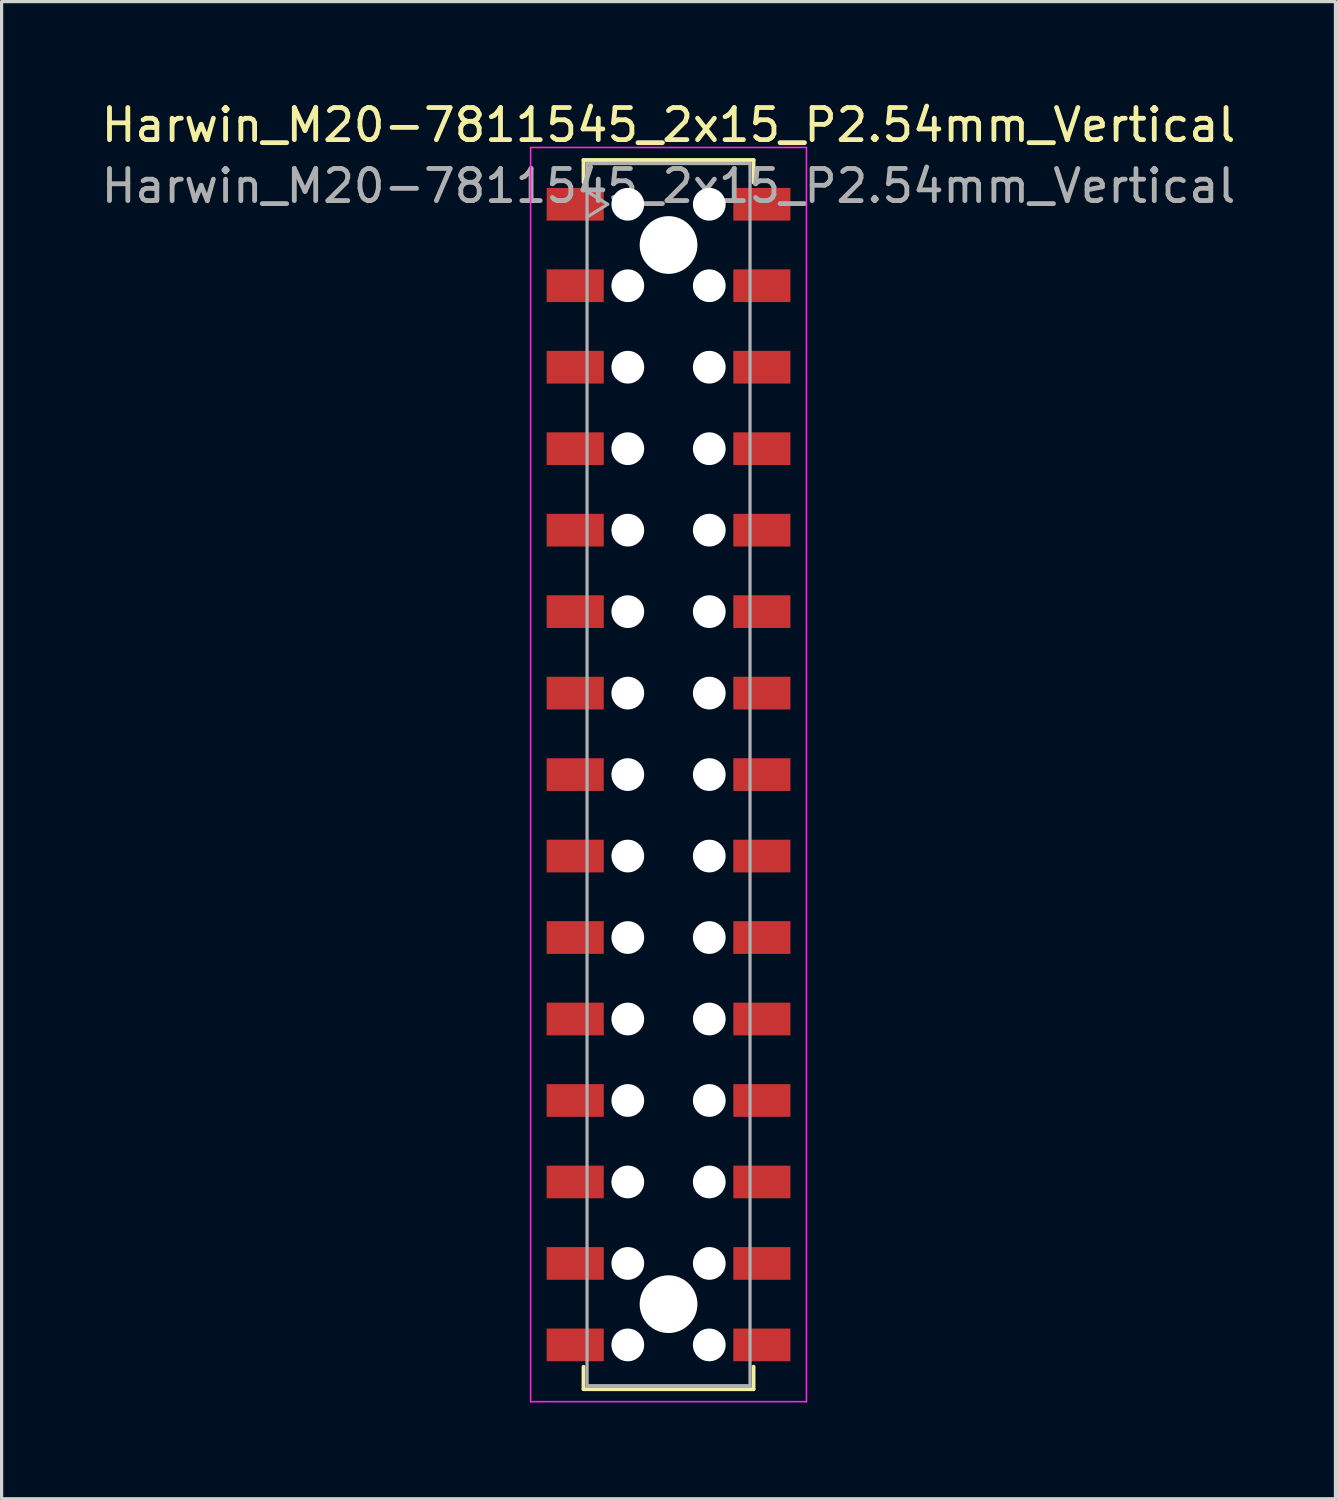
<source format=kicad_pcb>
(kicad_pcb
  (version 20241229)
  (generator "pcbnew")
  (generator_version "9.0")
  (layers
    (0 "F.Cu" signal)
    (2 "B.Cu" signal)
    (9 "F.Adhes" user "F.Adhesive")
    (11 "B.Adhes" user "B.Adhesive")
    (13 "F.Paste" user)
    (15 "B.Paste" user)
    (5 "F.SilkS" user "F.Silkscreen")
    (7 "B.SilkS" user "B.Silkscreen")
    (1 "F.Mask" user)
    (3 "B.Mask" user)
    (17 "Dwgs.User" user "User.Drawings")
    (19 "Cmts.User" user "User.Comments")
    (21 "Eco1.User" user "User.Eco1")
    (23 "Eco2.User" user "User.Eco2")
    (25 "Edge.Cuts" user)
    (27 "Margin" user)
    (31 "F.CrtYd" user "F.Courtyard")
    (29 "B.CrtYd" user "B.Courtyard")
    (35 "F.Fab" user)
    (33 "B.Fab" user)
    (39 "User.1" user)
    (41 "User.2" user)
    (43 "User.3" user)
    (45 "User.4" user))
  (footprint "Harwin_M20-7811545_2x15_P2.54mm_Vertical"
    (layer "F.Cu")
    (at 17.792 21.098)
    (property "Reference" "Harwin_M20-7811545_2x15_P2.54mm_Vertical" (at 0 -20.25 0) (layer "F.SilkS") (effects (font (size 1 1) (thickness 0.15))))
    (attr smd)
    (fp_line (start -2.65 -19.16) (end 2.65 -19.16) (stroke (width 0.12) (type solid)) (layer "F.SilkS"))
    (fp_line (start -2.65 -18.46) (end -2.65 -19.16) (stroke (width 0.12) (type solid)) (layer "F.SilkS"))
    (fp_line (start -2.65 18.46) (end -2.65 19.16) (stroke (width 0.12) (type solid)) (layer "F.SilkS"))
    (fp_line (start -2.65 19.16) (end 2.65 19.16) (stroke (width 0.12) (type solid)) (layer "F.SilkS"))
    (fp_line (start 2.65 -19.16) (end 2.65 -18.46) (stroke (width 0.12) (type solid)) (layer "F.SilkS"))
    (fp_line (start 2.65 19.16) (end 2.65 18.46) (stroke (width 0.12) (type solid)) (layer "F.SilkS"))
    (fp_line (start -4.3 -19.55) (end 4.3 -19.55) (stroke (width 0.05) (type solid)) (layer "F.CrtYd"))
    (fp_line (start -4.3 19.55) (end -4.3 -19.55) (stroke (width 0.05) (type solid)) (layer "F.CrtYd"))
    (fp_line (start 4.3 -19.55) (end 4.3 19.55) (stroke (width 0.05) (type solid)) (layer "F.CrtYd"))
    (fp_line (start 4.3 19.55) (end -4.3 19.55) (stroke (width 0.05) (type solid)) (layer "F.CrtYd"))
    (fp_line (start -2.54 -19.05) (end 2.54 -19.05) (stroke (width 0.1) (type solid)) (layer "F.Fab"))
    (fp_line (start -2.54 -18.18) (end -1.9 -17.78) (stroke (width 0.1) (type solid)) (layer "F.Fab"))
    (fp_line (start -2.54 19.05) (end -2.54 -19.05) (stroke (width 0.1) (type solid)) (layer "F.Fab"))
    (fp_line (start -1.9 -17.78) (end -2.54 -17.38) (stroke (width 0.1) (type solid)) (layer "F.Fab"))
    (fp_line (start 2.54 -19.05) (end 2.54 19.05) (stroke (width 0.1) (type solid)) (layer "F.Fab"))
    (fp_line (start 2.54 19.05) (end -2.54 19.05) (stroke (width 0.1) (type solid)) (layer "F.Fab"))
    (fp_text user "${REFERENCE}" (at 0 -18.35 0) (layer "F.Fab") (effects (font (size 1 1) (thickness 0.15))))
    (pad "" np_thru_hole circle (at -1.27 -17.78) (size 1.02 1.02) (drill 1.02) (layers "*.Cu" "*.Mask"))
    (pad "" np_thru_hole circle (at -1.27 -15.24) (size 1.02 1.02) (drill 1.02) (layers "*.Cu" "*.Mask"))
    (pad "" np_thru_hole circle (at -1.27 -12.7) (size 1.02 1.02) (drill 1.02) (layers "*.Cu" "*.Mask"))
    (pad "" np_thru_hole circle (at -1.27 -10.16) (size 1.02 1.02) (drill 1.02) (layers "*.Cu" "*.Mask"))
    (pad "" np_thru_hole circle (at -1.27 -7.62) (size 1.02 1.02) (drill 1.02) (layers "*.Cu" "*.Mask"))
    (pad "" np_thru_hole circle (at -1.27 -5.08) (size 1.02 1.02) (drill 1.02) (layers "*.Cu" "*.Mask"))
    (pad "" np_thru_hole circle (at -1.27 -2.54) (size 1.02 1.02) (drill 1.02) (layers "*.Cu" "*.Mask"))
    (pad "" np_thru_hole circle (at -1.27 0) (size 1.02 1.02) (drill 1.02) (layers "*.Cu" "*.Mask"))
    (pad "" np_thru_hole circle (at -1.27 2.54) (size 1.02 1.02) (drill 1.02) (layers "*.Cu" "*.Mask"))
    (pad "" np_thru_hole circle (at -1.27 5.08) (size 1.02 1.02) (drill 1.02) (layers "*.Cu" "*.Mask"))
    (pad "" np_thru_hole circle (at -1.27 7.62) (size 1.02 1.02) (drill 1.02) (layers "*.Cu" "*.Mask"))
    (pad "" np_thru_hole circle (at -1.27 10.16) (size 1.02 1.02) (drill 1.02) (layers "*.Cu" "*.Mask"))
    (pad "" np_thru_hole circle (at -1.27 12.7) (size 1.02 1.02) (drill 1.02) (layers "*.Cu" "*.Mask"))
    (pad "" np_thru_hole circle (at -1.27 15.24) (size 1.02 1.02) (drill 1.02) (layers "*.Cu" "*.Mask"))
    (pad "" np_thru_hole circle (at -1.27 17.78) (size 1.02 1.02) (drill 1.02) (layers "*.Cu" "*.Mask"))
    (pad "" np_thru_hole circle (at 0 -16.51) (size 1.8 1.8) (drill 1.8) (layers "*.Cu" "*.Mask"))
    (pad "" np_thru_hole circle (at 0 16.51) (size 1.8 1.8) (drill 1.8) (layers "*.Cu" "*.Mask"))
    (pad "" np_thru_hole circle (at 1.27 -17.78) (size 1.02 1.02) (drill 1.02) (layers "*.Cu" "*.Mask"))
    (pad "" np_thru_hole circle (at 1.27 -15.24) (size 1.02 1.02) (drill 1.02) (layers "*.Cu" "*.Mask"))
    (pad "" np_thru_hole circle (at 1.27 -12.7) (size 1.02 1.02) (drill 1.02) (layers "*.Cu" "*.Mask"))
    (pad "" np_thru_hole circle (at 1.27 -10.16) (size 1.02 1.02) (drill 1.02) (layers "*.Cu" "*.Mask"))
    (pad "" np_thru_hole circle (at 1.27 -7.62) (size 1.02 1.02) (drill 1.02) (layers "*.Cu" "*.Mask"))
    (pad "" np_thru_hole circle (at 1.27 -5.08) (size 1.02 1.02) (drill 1.02) (layers "*.Cu" "*.Mask"))
    (pad "" np_thru_hole circle (at 1.27 -2.54) (size 1.02 1.02) (drill 1.02) (layers "*.Cu" "*.Mask"))
    (pad "" np_thru_hole circle (at 1.27 0) (size 1.02 1.02) (drill 1.02) (layers "*.Cu" "*.Mask"))
    (pad "" np_thru_hole circle (at 1.27 2.54) (size 1.02 1.02) (drill 1.02) (layers "*.Cu" "*.Mask"))
    (pad "" np_thru_hole circle (at 1.27 5.08) (size 1.02 1.02) (drill 1.02) (layers "*.Cu" "*.Mask"))
    (pad "" np_thru_hole circle (at 1.27 7.62) (size 1.02 1.02) (drill 1.02) (layers "*.Cu" "*.Mask"))
    (pad "" np_thru_hole circle (at 1.27 10.16) (size 1.02 1.02) (drill 1.02) (layers "*.Cu" "*.Mask"))
    (pad "" np_thru_hole circle (at 1.27 12.7) (size 1.02 1.02) (drill 1.02) (layers "*.Cu" "*.Mask"))
    (pad "" np_thru_hole circle (at 1.27 15.24) (size 1.02 1.02) (drill 1.02) (layers "*.Cu" "*.Mask"))
    (pad "" np_thru_hole circle (at 1.27 17.78) (size 1.02 1.02) (drill 1.02) (layers "*.Cu" "*.Mask"))
    (pad "1" smd rect (at -2.91 -17.78) (size 1.78 1.02) (layers "F.Cu" "F.Mask" "F.Paste"))
    (pad "2" smd rect (at -2.91 -15.24) (size 1.78 1.02) (layers "F.Cu" "F.Mask" "F.Paste"))
    (pad "3" smd rect (at -2.91 -12.7) (size 1.78 1.02) (layers "F.Cu" "F.Mask" "F.Paste"))
    (pad "4" smd rect (at -2.91 -10.16) (size 1.78 1.02) (layers "F.Cu" "F.Mask" "F.Paste"))
    (pad "5" smd rect (at -2.91 -7.62) (size 1.78 1.02) (layers "F.Cu" "F.Mask" "F.Paste"))
    (pad "6" smd rect (at -2.91 -5.08) (size 1.78 1.02) (layers "F.Cu" "F.Mask" "F.Paste"))
    (pad "7" smd rect (at -2.91 -2.54) (size 1.78 1.02) (layers "F.Cu" "F.Mask" "F.Paste"))
    (pad "8" smd rect (at -2.91 0) (size 1.78 1.02) (layers "F.Cu" "F.Mask" "F.Paste"))
    (pad "9" smd rect (at -2.91 2.54) (size 1.78 1.02) (layers "F.Cu" "F.Mask" "F.Paste"))
    (pad "10" smd rect (at -2.91 5.08) (size 1.78 1.02) (layers "F.Cu" "F.Mask" "F.Paste"))
    (pad "11" smd rect (at -2.91 7.62) (size 1.78 1.02) (layers "F.Cu" "F.Mask" "F.Paste"))
    (pad "12" smd rect (at -2.91 10.16) (size 1.78 1.02) (layers "F.Cu" "F.Mask" "F.Paste"))
    (pad "13" smd rect (at -2.91 12.7) (size 1.78 1.02) (layers "F.Cu" "F.Mask" "F.Paste"))
    (pad "14" smd rect (at -2.91 15.24) (size 1.78 1.02) (layers "F.Cu" "F.Mask" "F.Paste"))
    (pad "15" smd rect (at -2.91 17.78) (size 1.78 1.02) (layers "F.Cu" "F.Mask" "F.Paste"))
    (pad "16" smd rect (at 2.91 -17.78) (size 1.78 1.02) (layers "F.Cu" "F.Mask" "F.Paste"))
    (pad "17" smd rect (at 2.91 -15.24) (size 1.78 1.02) (layers "F.Cu" "F.Mask" "F.Paste"))
    (pad "18" smd rect (at 2.91 -12.7) (size 1.78 1.02) (layers "F.Cu" "F.Mask" "F.Paste"))
    (pad "19" smd rect (at 2.91 -10.16) (size 1.78 1.02) (layers "F.Cu" "F.Mask" "F.Paste"))
    (pad "20" smd rect (at 2.91 -7.62) (size 1.78 1.02) (layers "F.Cu" "F.Mask" "F.Paste"))
    (pad "21" smd rect (at 2.91 -5.08) (size 1.78 1.02) (layers "F.Cu" "F.Mask" "F.Paste"))
    (pad "22" smd rect (at 2.91 -2.54) (size 1.78 1.02) (layers "F.Cu" "F.Mask" "F.Paste"))
    (pad "23" smd rect (at 2.91 0) (size 1.78 1.02) (layers "F.Cu" "F.Mask" "F.Paste"))
    (pad "24" smd rect (at 2.91 2.54) (size 1.78 1.02) (layers "F.Cu" "F.Mask" "F.Paste"))
    (pad "25" smd rect (at 2.91 5.08) (size 1.78 1.02) (layers "F.Cu" "F.Mask" "F.Paste"))
    (pad "26" smd rect (at 2.91 7.62) (size 1.78 1.02) (layers "F.Cu" "F.Mask" "F.Paste"))
    (pad "27" smd rect (at 2.91 10.16) (size 1.78 1.02) (layers "F.Cu" "F.Mask" "F.Paste"))
    (pad "28" smd rect (at 2.91 12.7) (size 1.78 1.02) (layers "F.Cu" "F.Mask" "F.Paste"))
    (pad "29" smd rect (at 2.91 15.24) (size 1.78 1.02) (layers "F.Cu" "F.Mask" "F.Paste"))
    (pad "30" smd rect (at 2.91 17.78) (size 1.78 1.02) (layers "F.Cu" "F.Mask" "F.Paste")))
  (gr_rect
    (start -3 -3)
    (end 38.583 43.673)
    (stroke (width 0.1) (type default))
    (fill no)
    (layer "Edge.Cuts")))
</source>
